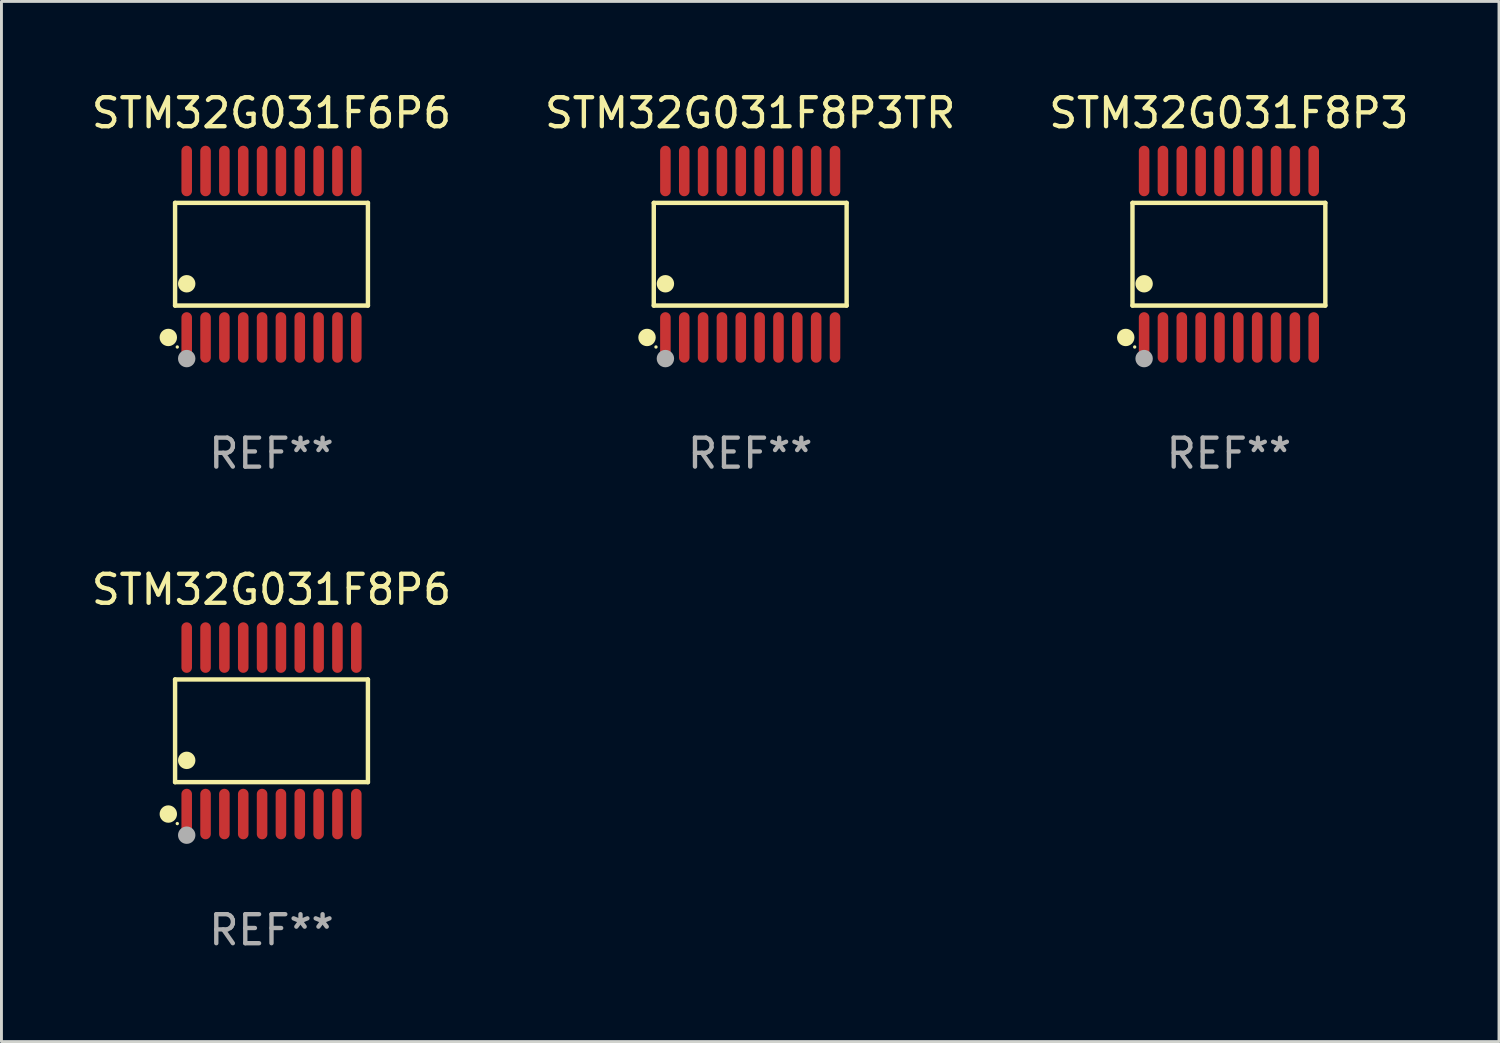
<source format=kicad_pcb>
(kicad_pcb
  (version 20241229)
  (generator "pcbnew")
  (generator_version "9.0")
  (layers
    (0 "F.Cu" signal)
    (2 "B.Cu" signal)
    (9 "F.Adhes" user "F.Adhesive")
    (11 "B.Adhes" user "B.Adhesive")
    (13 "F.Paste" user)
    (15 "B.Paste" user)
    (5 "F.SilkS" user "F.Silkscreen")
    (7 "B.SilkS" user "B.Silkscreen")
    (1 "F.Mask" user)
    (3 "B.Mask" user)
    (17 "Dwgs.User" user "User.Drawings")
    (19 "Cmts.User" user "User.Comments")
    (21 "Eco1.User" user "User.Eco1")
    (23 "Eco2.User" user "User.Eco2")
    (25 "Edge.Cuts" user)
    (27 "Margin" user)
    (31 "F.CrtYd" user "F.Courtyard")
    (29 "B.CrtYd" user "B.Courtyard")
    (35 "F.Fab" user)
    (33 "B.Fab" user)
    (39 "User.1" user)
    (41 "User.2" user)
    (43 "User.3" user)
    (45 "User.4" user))
  (footprint "STM32G031F8P6"
    (layer "F.Cu")
    (at 6.315 22.158)
    (property "Reference" "STM32G031F8P6" (at 0 -4.871 0) (layer "F.SilkS") (effects (font (size 1 1) (thickness 0.15))))
    (attr through_hole)
    (fp_line (start -3.326 -1.771) (end 3.326 -1.771) (stroke (width 0.152) (type solid)) (layer "F.SilkS"))
    (fp_line (start -3.326 1.771) (end -3.326 -1.771) (stroke (width 0.152) (type solid)) (layer "F.SilkS"))
    (fp_line (start 3.326 -1.771) (end 3.326 1.771) (stroke (width 0.152) (type solid)) (layer "F.SilkS"))
    (fp_line (start 3.326 1.771) (end -3.326 1.771) (stroke (width 0.152) (type solid)) (layer "F.SilkS"))
    (fp_circle (center -3.559 2.871) (end -3.409 2.871) (stroke (width 0.3) (type solid)) (fill no) (layer "F.SilkS"))
    (fp_circle (center -3.25 3.2) (end -3.22 3.2) (stroke (width 0.06) (type solid)) (fill no) (layer "F.SilkS"))
    (fp_circle (center -2.925 1.019) (end -2.775 1.019) (stroke (width 0.3) (type solid)) (fill no) (layer "F.SilkS"))
    (fp_circle (center -2.925 3.6) (end -2.775 3.6) (stroke (width 0.3) (type solid)) (fill no) (layer "F.Fab"))
    (fp_text user "REF**" (at 0 6.871 0) (layer "F.Fab") (effects (font (size 1 1) (thickness 0.15))))
    (pad "1" smd oval (at -2.925 2.871) (size 0.364 1.742) (layers "F.Cu" "F.Mask" "F.Paste"))
    (pad "2" smd oval (at -2.275 2.871) (size 0.364 1.742) (layers "F.Cu" "F.Mask" "F.Paste"))
    (pad "3" smd oval (at -1.625 2.871) (size 0.364 1.742) (layers "F.Cu" "F.Mask" "F.Paste"))
    (pad "4" smd oval (at -0.975 2.871) (size 0.364 1.742) (layers "F.Cu" "F.Mask" "F.Paste"))
    (pad "5" smd oval (at -0.325 2.871) (size 0.364 1.742) (layers "F.Cu" "F.Mask" "F.Paste"))
    (pad "6" smd oval (at 0.325 2.871) (size 0.364 1.742) (layers "F.Cu" "F.Mask" "F.Paste"))
    (pad "7" smd oval (at 0.975 2.871) (size 0.364 1.742) (layers "F.Cu" "F.Mask" "F.Paste"))
    (pad "8" smd oval (at 1.625 2.871) (size 0.364 1.742) (layers "F.Cu" "F.Mask" "F.Paste"))
    (pad "9" smd oval (at 2.275 2.871) (size 0.364 1.742) (layers "F.Cu" "F.Mask" "F.Paste"))
    (pad "10" smd oval (at 2.925 2.871) (size 0.364 1.742) (layers "F.Cu" "F.Mask" "F.Paste"))
    (pad "11" smd oval (at 2.925 -2.871) (size 0.364 1.742) (layers "F.Cu" "F.Mask" "F.Paste"))
    (pad "12" smd oval (at 2.275 -2.871) (size 0.364 1.742) (layers "F.Cu" "F.Mask" "F.Paste"))
    (pad "13" smd oval (at 1.625 -2.871) (size 0.364 1.742) (layers "F.Cu" "F.Mask" "F.Paste"))
    (pad "14" smd oval (at 0.975 -2.871) (size 0.364 1.742) (layers "F.Cu" "F.Mask" "F.Paste"))
    (pad "15" smd oval (at 0.325 -2.871) (size 0.364 1.742) (layers "F.Cu" "F.Mask" "F.Paste"))
    (pad "16" smd oval (at -0.325 -2.871) (size 0.364 1.742) (layers "F.Cu" "F.Mask" "F.Paste"))
    (pad "17" smd oval (at -0.975 -2.871) (size 0.364 1.742) (layers "F.Cu" "F.Mask" "F.Paste"))
    (pad "18" smd oval (at -1.625 -2.871) (size 0.364 1.742) (layers "F.Cu" "F.Mask" "F.Paste"))
    (pad "19" smd oval (at -2.275 -2.871) (size 0.364 1.742) (layers "F.Cu" "F.Mask" "F.Paste"))
    (pad "20" smd oval (at -2.925 -2.871) (size 0.364 1.742) (layers "F.Cu" "F.Mask" "F.Paste")))
  (footprint "STM32G031F8P3"
    (layer "F.Cu")
    (at 39.339 5.719)
    (property "Reference" "STM32G031F8P3" (at 0 -4.871 0) (layer "F.SilkS") (effects (font (size 1 1) (thickness 0.15))))
    (attr through_hole)
    (fp_line (start -3.326 -1.771) (end 3.326 -1.771) (stroke (width 0.152) (type solid)) (layer "F.SilkS"))
    (fp_line (start -3.326 1.771) (end -3.326 -1.771) (stroke (width 0.152) (type solid)) (layer "F.SilkS"))
    (fp_line (start 3.326 -1.771) (end 3.326 1.771) (stroke (width 0.152) (type solid)) (layer "F.SilkS"))
    (fp_line (start 3.326 1.771) (end -3.326 1.771) (stroke (width 0.152) (type solid)) (layer "F.SilkS"))
    (fp_circle (center -3.559 2.871) (end -3.409 2.871) (stroke (width 0.3) (type solid)) (fill no) (layer "F.SilkS"))
    (fp_circle (center -3.25 3.2) (end -3.22 3.2) (stroke (width 0.06) (type solid)) (fill no) (layer "F.SilkS"))
    (fp_circle (center -2.925 1.019) (end -2.775 1.019) (stroke (width 0.3) (type solid)) (fill no) (layer "F.SilkS"))
    (fp_circle (center -2.925 3.6) (end -2.775 3.6) (stroke (width 0.3) (type solid)) (fill no) (layer "F.Fab"))
    (fp_text user "REF**" (at 0 6.871 0) (layer "F.Fab") (effects (font (size 1 1) (thickness 0.15))))
    (pad "1" smd oval (at -2.925 2.871) (size 0.364 1.742) (layers "F.Cu" "F.Mask" "F.Paste"))
    (pad "2" smd oval (at -2.275 2.871) (size 0.364 1.742) (layers "F.Cu" "F.Mask" "F.Paste"))
    (pad "3" smd oval (at -1.625 2.871) (size 0.364 1.742) (layers "F.Cu" "F.Mask" "F.Paste"))
    (pad "4" smd oval (at -0.975 2.871) (size 0.364 1.742) (layers "F.Cu" "F.Mask" "F.Paste"))
    (pad "5" smd oval (at -0.325 2.871) (size 0.364 1.742) (layers "F.Cu" "F.Mask" "F.Paste"))
    (pad "6" smd oval (at 0.325 2.871) (size 0.364 1.742) (layers "F.Cu" "F.Mask" "F.Paste"))
    (pad "7" smd oval (at 0.975 2.871) (size 0.364 1.742) (layers "F.Cu" "F.Mask" "F.Paste"))
    (pad "8" smd oval (at 1.625 2.871) (size 0.364 1.742) (layers "F.Cu" "F.Mask" "F.Paste"))
    (pad "9" smd oval (at 2.275 2.871) (size 0.364 1.742) (layers "F.Cu" "F.Mask" "F.Paste"))
    (pad "10" smd oval (at 2.925 2.871) (size 0.364 1.742) (layers "F.Cu" "F.Mask" "F.Paste"))
    (pad "11" smd oval (at 2.925 -2.871) (size 0.364 1.742) (layers "F.Cu" "F.Mask" "F.Paste"))
    (pad "12" smd oval (at 2.275 -2.871) (size 0.364 1.742) (layers "F.Cu" "F.Mask" "F.Paste"))
    (pad "13" smd oval (at 1.625 -2.871) (size 0.364 1.742) (layers "F.Cu" "F.Mask" "F.Paste"))
    (pad "14" smd oval (at 0.975 -2.871) (size 0.364 1.742) (layers "F.Cu" "F.Mask" "F.Paste"))
    (pad "15" smd oval (at 0.325 -2.871) (size 0.364 1.742) (layers "F.Cu" "F.Mask" "F.Paste"))
    (pad "16" smd oval (at -0.325 -2.871) (size 0.364 1.742) (layers "F.Cu" "F.Mask" "F.Paste"))
    (pad "17" smd oval (at -0.975 -2.871) (size 0.364 1.742) (layers "F.Cu" "F.Mask" "F.Paste"))
    (pad "18" smd oval (at -1.625 -2.871) (size 0.364 1.742) (layers "F.Cu" "F.Mask" "F.Paste"))
    (pad "19" smd oval (at -2.275 -2.871) (size 0.364 1.742) (layers "F.Cu" "F.Mask" "F.Paste"))
    (pad "20" smd oval (at -2.925 -2.871) (size 0.364 1.742) (layers "F.Cu" "F.Mask" "F.Paste")))
  (footprint "STM32G031F8P3TR"
    (layer "F.Cu")
    (at 22.827 5.719)
    (property "Reference" "STM32G031F8P3TR" (at 0 -4.871 0) (layer "F.SilkS") (effects (font (size 1 1) (thickness 0.15))))
    (attr through_hole)
    (fp_line (start -3.326 -1.771) (end 3.326 -1.771) (stroke (width 0.152) (type solid)) (layer "F.SilkS"))
    (fp_line (start -3.326 1.771) (end -3.326 -1.771) (stroke (width 0.152) (type solid)) (layer "F.SilkS"))
    (fp_line (start 3.326 -1.771) (end 3.326 1.771) (stroke (width 0.152) (type solid)) (layer "F.SilkS"))
    (fp_line (start 3.326 1.771) (end -3.326 1.771) (stroke (width 0.152) (type solid)) (layer "F.SilkS"))
    (fp_circle (center -3.559 2.871) (end -3.409 2.871) (stroke (width 0.3) (type solid)) (fill no) (layer "F.SilkS"))
    (fp_circle (center -3.25 3.2) (end -3.22 3.2) (stroke (width 0.06) (type solid)) (fill no) (layer "F.SilkS"))
    (fp_circle (center -2.925 1.019) (end -2.775 1.019) (stroke (width 0.3) (type solid)) (fill no) (layer "F.SilkS"))
    (fp_circle (center -2.925 3.6) (end -2.775 3.6) (stroke (width 0.3) (type solid)) (fill no) (layer "F.Fab"))
    (fp_text user "REF**" (at 0 6.871 0) (layer "F.Fab") (effects (font (size 1 1) (thickness 0.15))))
    (pad "1" smd oval (at -2.925 2.871) (size 0.364 1.742) (layers "F.Cu" "F.Mask" "F.Paste"))
    (pad "2" smd oval (at -2.275 2.871) (size 0.364 1.742) (layers "F.Cu" "F.Mask" "F.Paste"))
    (pad "3" smd oval (at -1.625 2.871) (size 0.364 1.742) (layers "F.Cu" "F.Mask" "F.Paste"))
    (pad "4" smd oval (at -0.975 2.871) (size 0.364 1.742) (layers "F.Cu" "F.Mask" "F.Paste"))
    (pad "5" smd oval (at -0.325 2.871) (size 0.364 1.742) (layers "F.Cu" "F.Mask" "F.Paste"))
    (pad "6" smd oval (at 0.325 2.871) (size 0.364 1.742) (layers "F.Cu" "F.Mask" "F.Paste"))
    (pad "7" smd oval (at 0.975 2.871) (size 0.364 1.742) (layers "F.Cu" "F.Mask" "F.Paste"))
    (pad "8" smd oval (at 1.625 2.871) (size 0.364 1.742) (layers "F.Cu" "F.Mask" "F.Paste"))
    (pad "9" smd oval (at 2.275 2.871) (size 0.364 1.742) (layers "F.Cu" "F.Mask" "F.Paste"))
    (pad "10" smd oval (at 2.925 2.871) (size 0.364 1.742) (layers "F.Cu" "F.Mask" "F.Paste"))
    (pad "11" smd oval (at 2.925 -2.871) (size 0.364 1.742) (layers "F.Cu" "F.Mask" "F.Paste"))
    (pad "12" smd oval (at 2.275 -2.871) (size 0.364 1.742) (layers "F.Cu" "F.Mask" "F.Paste"))
    (pad "13" smd oval (at 1.625 -2.871) (size 0.364 1.742) (layers "F.Cu" "F.Mask" "F.Paste"))
    (pad "14" smd oval (at 0.975 -2.871) (size 0.364 1.742) (layers "F.Cu" "F.Mask" "F.Paste"))
    (pad "15" smd oval (at 0.325 -2.871) (size 0.364 1.742) (layers "F.Cu" "F.Mask" "F.Paste"))
    (pad "16" smd oval (at -0.325 -2.871) (size 0.364 1.742) (layers "F.Cu" "F.Mask" "F.Paste"))
    (pad "17" smd oval (at -0.975 -2.871) (size 0.364 1.742) (layers "F.Cu" "F.Mask" "F.Paste"))
    (pad "18" smd oval (at -1.625 -2.871) (size 0.364 1.742) (layers "F.Cu" "F.Mask" "F.Paste"))
    (pad "19" smd oval (at -2.275 -2.871) (size 0.364 1.742) (layers "F.Cu" "F.Mask" "F.Paste"))
    (pad "20" smd oval (at -2.925 -2.871) (size 0.364 1.742) (layers "F.Cu" "F.Mask" "F.Paste")))
  (footprint "STM32G031F6P6"
    (layer "F.Cu")
    (at 6.315 5.719)
    (property "Reference" "STM32G031F6P6" (at 0 -4.871 0) (layer "F.SilkS") (effects (font (size 1 1) (thickness 0.15))))
    (attr through_hole)
    (fp_line (start -3.326 -1.771) (end 3.326 -1.771) (stroke (width 0.152) (type solid)) (layer "F.SilkS"))
    (fp_line (start -3.326 1.771) (end -3.326 -1.771) (stroke (width 0.152) (type solid)) (layer "F.SilkS"))
    (fp_line (start 3.326 -1.771) (end 3.326 1.771) (stroke (width 0.152) (type solid)) (layer "F.SilkS"))
    (fp_line (start 3.326 1.771) (end -3.326 1.771) (stroke (width 0.152) (type solid)) (layer "F.SilkS"))
    (fp_circle (center -3.559 2.871) (end -3.409 2.871) (stroke (width 0.3) (type solid)) (fill no) (layer "F.SilkS"))
    (fp_circle (center -3.25 3.2) (end -3.22 3.2) (stroke (width 0.06) (type solid)) (fill no) (layer "F.SilkS"))
    (fp_circle (center -2.925 1.019) (end -2.775 1.019) (stroke (width 0.3) (type solid)) (fill no) (layer "F.SilkS"))
    (fp_circle (center -2.925 3.6) (end -2.775 3.6) (stroke (width 0.3) (type solid)) (fill no) (layer "F.Fab"))
    (fp_text user "REF**" (at 0 6.871 0) (layer "F.Fab") (effects (font (size 1 1) (thickness 0.15))))
    (pad "1" smd oval (at -2.925 2.871) (size 0.364 1.742) (layers "F.Cu" "F.Mask" "F.Paste"))
    (pad "2" smd oval (at -2.275 2.871) (size 0.364 1.742) (layers "F.Cu" "F.Mask" "F.Paste"))
    (pad "3" smd oval (at -1.625 2.871) (size 0.364 1.742) (layers "F.Cu" "F.Mask" "F.Paste"))
    (pad "4" smd oval (at -0.975 2.871) (size 0.364 1.742) (layers "F.Cu" "F.Mask" "F.Paste"))
    (pad "5" smd oval (at -0.325 2.871) (size 0.364 1.742) (layers "F.Cu" "F.Mask" "F.Paste"))
    (pad "6" smd oval (at 0.325 2.871) (size 0.364 1.742) (layers "F.Cu" "F.Mask" "F.Paste"))
    (pad "7" smd oval (at 0.975 2.871) (size 0.364 1.742) (layers "F.Cu" "F.Mask" "F.Paste"))
    (pad "8" smd oval (at 1.625 2.871) (size 0.364 1.742) (layers "F.Cu" "F.Mask" "F.Paste"))
    (pad "9" smd oval (at 2.275 2.871) (size 0.364 1.742) (layers "F.Cu" "F.Mask" "F.Paste"))
    (pad "10" smd oval (at 2.925 2.871) (size 0.364 1.742) (layers "F.Cu" "F.Mask" "F.Paste"))
    (pad "11" smd oval (at 2.925 -2.871) (size 0.364 1.742) (layers "F.Cu" "F.Mask" "F.Paste"))
    (pad "12" smd oval (at 2.275 -2.871) (size 0.364 1.742) (layers "F.Cu" "F.Mask" "F.Paste"))
    (pad "13" smd oval (at 1.625 -2.871) (size 0.364 1.742) (layers "F.Cu" "F.Mask" "F.Paste"))
    (pad "14" smd oval (at 0.975 -2.871) (size 0.364 1.742) (layers "F.Cu" "F.Mask" "F.Paste"))
    (pad "15" smd oval (at 0.325 -2.871) (size 0.364 1.742) (layers "F.Cu" "F.Mask" "F.Paste"))
    (pad "16" smd oval (at -0.325 -2.871) (size 0.364 1.742) (layers "F.Cu" "F.Mask" "F.Paste"))
    (pad "17" smd oval (at -0.975 -2.871) (size 0.364 1.742) (layers "F.Cu" "F.Mask" "F.Paste"))
    (pad "18" smd oval (at -1.625 -2.871) (size 0.364 1.742) (layers "F.Cu" "F.Mask" "F.Paste"))
    (pad "19" smd oval (at -2.275 -2.871) (size 0.364 1.742) (layers "F.Cu" "F.Mask" "F.Paste"))
    (pad "20" smd oval (at -2.925 -2.871) (size 0.364 1.742) (layers "F.Cu" "F.Mask" "F.Paste")))
  (gr_rect
    (start -3 -3)
    (end 48.655 32.877)
    (stroke (width 0.1) (type default))
    (fill no)
    (layer "Edge.Cuts")))
</source>
